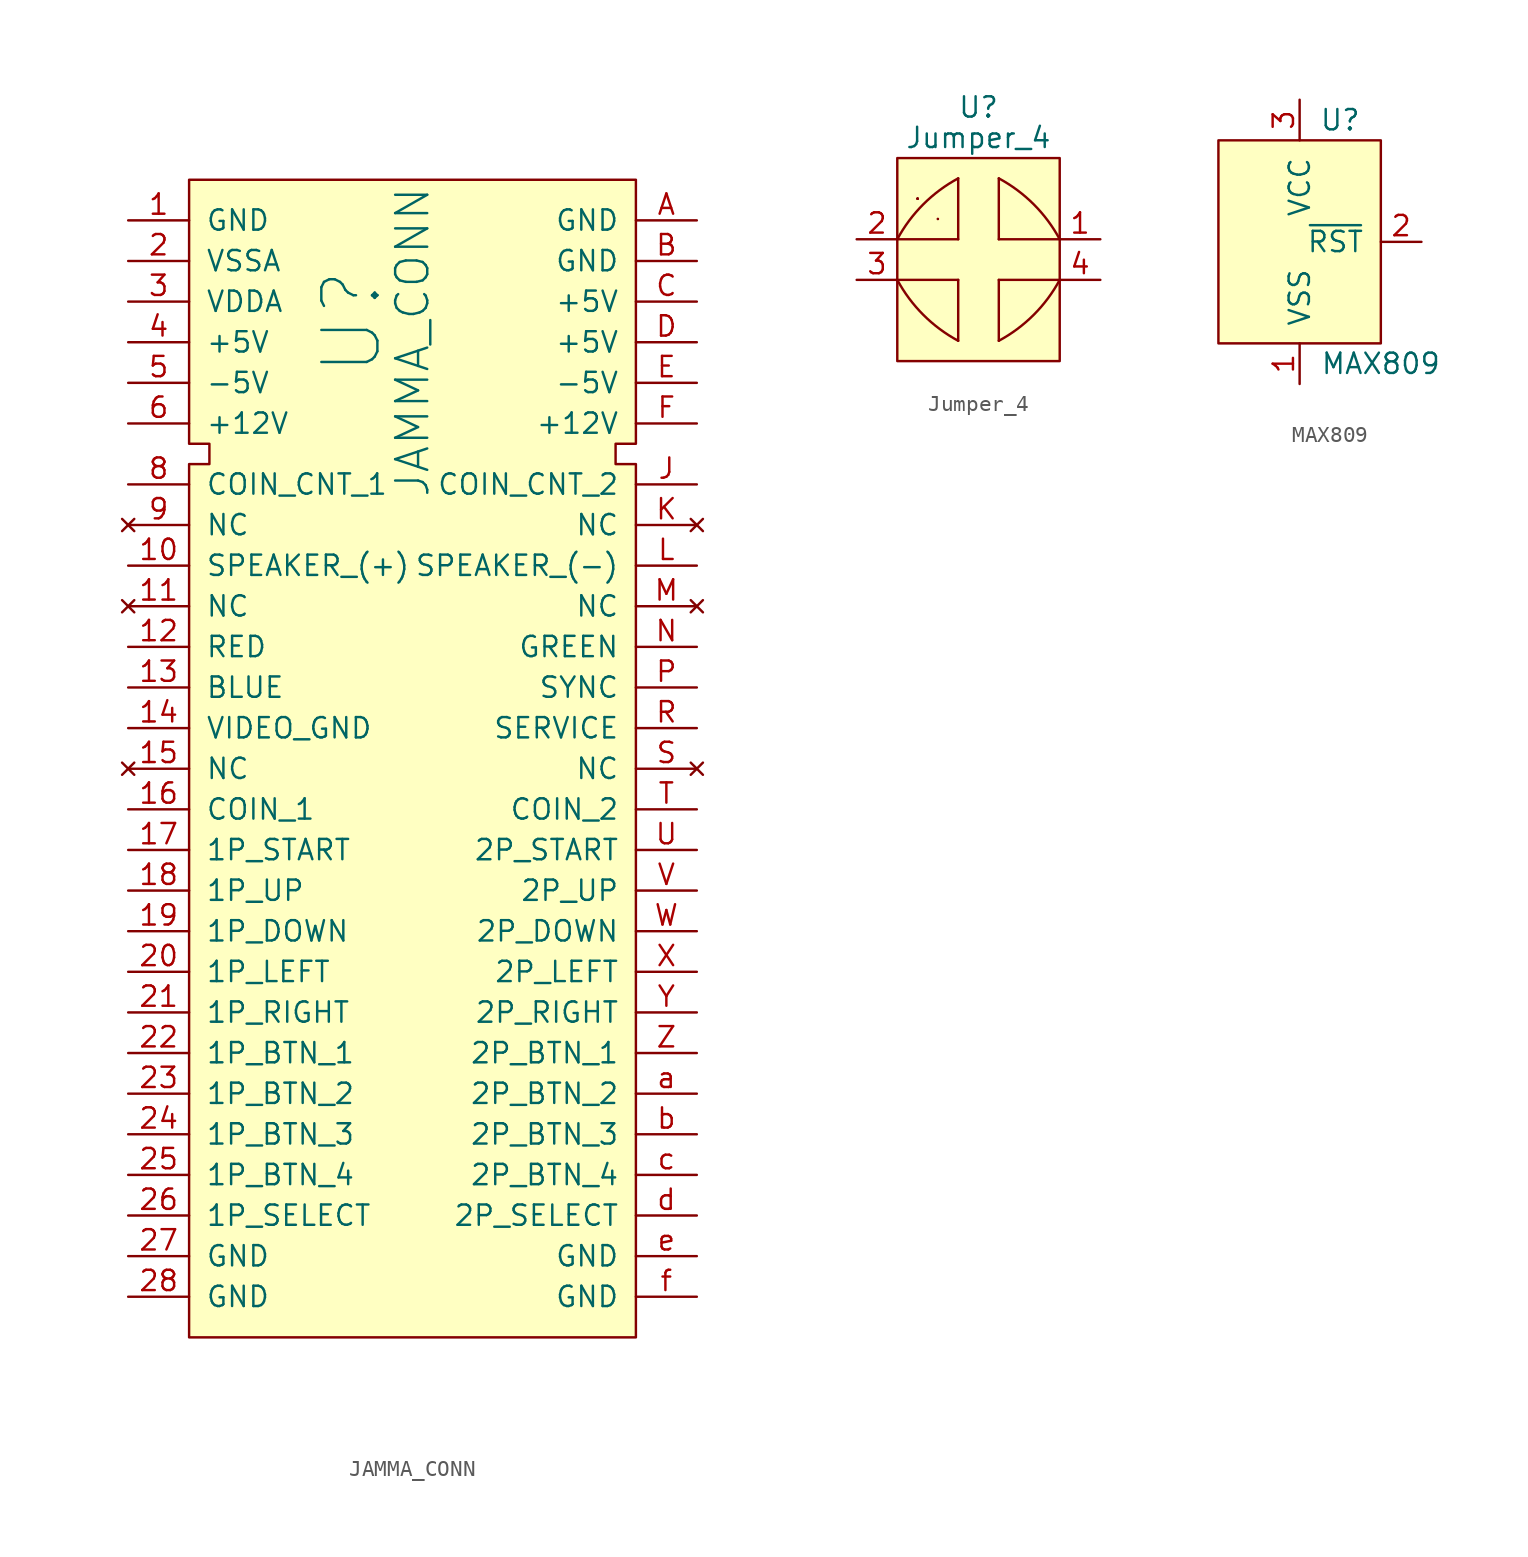
<source format=kicad_sym>
(kicad_symbol_lib
  (version 20211014)
  (generator kicad_symbol_editor)
  (symbol "JAMMA_CONN"
    (pin_names
      (offset 1.016))
    (property "Reference" "U"
      (at 10.16 -8.89 90)
      (effects (font (size 3.505 3.505))))
    (property "Value" "JAMMA_CONN"
      (at 13.97 -10.16 90)
      (effects (font (size 2.007 2.007))))
    (symbol "JAMMA_CONN_0_1"
      (polyline (pts (xy 0 0) (xy 0 -16.51) (xy 1.27 -16.51) (xy 1.27 -17.78) (xy 0 -17.78) (xy 0 -72.39) (xy 27.94 -72.39) (xy 27.94 -17.78) (xy 26.67 -17.78) (xy 26.67 -16.51) (xy 27.94 -16.51) (xy 27.94 0) (xy 0 0)) (stroke (width 0) (type default) (color 0 0 0 0)) (fill (type background))))
    (symbol "JAMMA_CONN_1_1"
      (pin passive line (at -3.81 -2.54 0) (length 3.81) (name "GND" (effects (font (size 1.27 1.27)))) (number "1" (effects (font (size 1.27 1.27)))))
      (pin input line (at -3.81 -24.13 0) (length 3.81) (name "SPEAKER_(+)" (effects (font (size 1.27 1.27)))) (number "10" (effects (font (size 1.27 1.27)))))
      (pin no_connect line (at -3.81 -26.67 0) (length 3.81) (name "NC" (effects (font (size 1.27 1.27)))) (number "11" (effects (font (size 1.27 1.27)))))
      (pin input line (at -3.81 -29.21 0) (length 3.81) (name "RED" (effects (font (size 1.27 1.27)))) (number "12" (effects (font (size 1.27 1.27)))))
      (pin input line (at -3.81 -31.75 0) (length 3.81) (name "BLUE" (effects (font (size 1.27 1.27)))) (number "13" (effects (font (size 1.27 1.27)))))
      (pin passive line (at -3.81 -34.29 0) (length 3.81) (name "VIDEO_GND" (effects (font (size 1.27 1.27)))) (number "14" (effects (font (size 1.27 1.27)))))
      (pin no_connect line (at -3.81 -36.83 0) (length 3.81) (name "NC" (effects (font (size 1.27 1.27)))) (number "15" (effects (font (size 1.27 1.27)))))
      (pin output line (at -3.81 -39.37 0) (length 3.81) (name "COIN_1" (effects (font (size 1.27 1.27)))) (number "16" (effects (font (size 1.27 1.27)))))
      (pin output line (at -3.81 -41.91 0) (length 3.81) (name "1P_START" (effects (font (size 1.27 1.27)))) (number "17" (effects (font (size 1.27 1.27)))))
      (pin output line (at -3.81 -44.45 0) (length 3.81) (name "1P_UP" (effects (font (size 1.27 1.27)))) (number "18" (effects (font (size 1.27 1.27)))))
      (pin output line (at -3.81 -46.99 0) (length 3.81) (name "1P_DOWN" (effects (font (size 1.27 1.27)))) (number "19" (effects (font (size 1.27 1.27)))))
      (pin passive line (at -3.81 -5.08 0) (length 3.81) (name "VSSA" (effects (font (size 1.27 1.27)))) (number "2" (effects (font (size 1.27 1.27)))))
      (pin output line (at -3.81 -49.53 0) (length 3.81) (name "1P_LEFT" (effects (font (size 1.27 1.27)))) (number "20" (effects (font (size 1.27 1.27)))))
      (pin output line (at -3.81 -52.07 0) (length 3.81) (name "1P_RIGHT" (effects (font (size 1.27 1.27)))) (number "21" (effects (font (size 1.27 1.27)))))
      (pin output line (at -3.81 -54.61 0) (length 3.81) (name "1P_BTN_1" (effects (font (size 1.27 1.27)))) (number "22" (effects (font (size 1.27 1.27)))))
      (pin output line (at -3.81 -57.15 0) (length 3.81) (name "1P_BTN_2" (effects (font (size 1.27 1.27)))) (number "23" (effects (font (size 1.27 1.27)))))
      (pin output line (at -3.81 -59.69 0) (length 3.81) (name "1P_BTN_3" (effects (font (size 1.27 1.27)))) (number "24" (effects (font (size 1.27 1.27)))))
      (pin output line (at -3.81 -62.23 0) (length 3.81) (name "1P_BTN_4" (effects (font (size 1.27 1.27)))) (number "25" (effects (font (size 1.27 1.27)))))
      (pin output line (at -3.81 -64.77 0) (length 3.81) (name "1P_SELECT" (effects (font (size 1.27 1.27)))) (number "26" (effects (font (size 1.27 1.27)))))
      (pin passive line (at -3.81 -67.31 0) (length 3.81) (name "GND" (effects (font (size 1.27 1.27)))) (number "27" (effects (font (size 1.27 1.27)))))
      (pin passive line (at -3.81 -69.85 0) (length 3.81) (name "GND" (effects (font (size 1.27 1.27)))) (number "28" (effects (font (size 1.27 1.27)))))
      (pin passive line (at -3.81 -7.62 0) (length 3.81) (name "VDDA" (effects (font (size 1.27 1.27)))) (number "3" (effects (font (size 1.27 1.27)))))
      (pin passive line (at -3.81 -10.16 0) (length 3.81) (name "+5V" (effects (font (size 1.27 1.27)))) (number "4" (effects (font (size 1.27 1.27)))))
      (pin passive line (at -3.81 -12.7 0) (length 3.81) (name "-5V" (effects (font (size 1.27 1.27)))) (number "5" (effects (font (size 1.27 1.27)))))
      (pin passive line (at -3.81 -15.24 0) (length 3.81) (name "+12V" (effects (font (size 1.27 1.27)))) (number "6" (effects (font (size 1.27 1.27)))))
      (pin input line (at -3.81 -19.05 0) (length 3.81) (name "COIN_CNT_1" (effects (font (size 1.27 1.27)))) (number "8" (effects (font (size 1.27 1.27)))))
      (pin no_connect line (at -3.81 -21.59 0) (length 3.81) (name "NC" (effects (font (size 1.27 1.27)))) (number "9" (effects (font (size 1.27 1.27)))))
      (pin passive line (at 31.75 -2.54 180) (length 3.81) (name "GND" (effects (font (size 1.27 1.27)))) (number "A" (effects (font (size 1.27 1.27)))))
      (pin passive line (at 31.75 -5.08 180) (length 3.81) (name "GND" (effects (font (size 1.27 1.27)))) (number "B" (effects (font (size 1.27 1.27)))))
      (pin passive line (at 31.75 -7.62 180) (length 3.81) (name "+5V" (effects (font (size 1.27 1.27)))) (number "C" (effects (font (size 1.27 1.27)))))
      (pin passive line (at 31.75 -10.16 180) (length 3.81) (name "+5V" (effects (font (size 1.27 1.27)))) (number "D" (effects (font (size 1.27 1.27)))))
      (pin passive line (at 31.75 -12.7 180) (length 3.81) (name "-5V" (effects (font (size 1.27 1.27)))) (number "E" (effects (font (size 1.27 1.27)))))
      (pin passive line (at 31.75 -15.24 180) (length 3.81) (name "+12V" (effects (font (size 1.27 1.27)))) (number "F" (effects (font (size 1.27 1.27)))))
      (pin input line (at 31.75 -19.05 180) (length 3.81) (name "COIN_CNT_2" (effects (font (size 1.27 1.27)))) (number "J" (effects (font (size 1.27 1.27)))))
      (pin no_connect line (at 31.75 -21.59 180) (length 3.81) (name "NC" (effects (font (size 1.27 1.27)))) (number "K" (effects (font (size 1.27 1.27)))))
      (pin input line (at 31.75 -24.13 180) (length 3.81) (name "SPEAKER_(-)" (effects (font (size 1.27 1.27)))) (number "L" (effects (font (size 1.27 1.27)))))
      (pin no_connect line (at 31.75 -26.67 180) (length 3.81) (name "NC" (effects (font (size 1.27 1.27)))) (number "M" (effects (font (size 1.27 1.27)))))
      (pin input line (at 31.75 -29.21 180) (length 3.81) (name "GREEN" (effects (font (size 1.27 1.27)))) (number "N" (effects (font (size 1.27 1.27)))))
      (pin input line (at 31.75 -31.75 180) (length 3.81) (name "SYNC" (effects (font (size 1.27 1.27)))) (number "P" (effects (font (size 1.27 1.27)))))
      (pin output line (at 31.75 -34.29 180) (length 3.81) (name "SERVICE" (effects (font (size 1.27 1.27)))) (number "R" (effects (font (size 1.27 1.27)))))
      (pin no_connect line (at 31.75 -36.83 180) (length 3.81) (name "NC" (effects (font (size 1.27 1.27)))) (number "S" (effects (font (size 1.27 1.27)))))
      (pin output line (at 31.75 -39.37 180) (length 3.81) (name "COIN_2" (effects (font (size 1.27 1.27)))) (number "T" (effects (font (size 1.27 1.27)))))
      (pin output line (at 31.75 -41.91 180) (length 3.81) (name "2P_START" (effects (font (size 1.27 1.27)))) (number "U" (effects (font (size 1.27 1.27)))))
      (pin output line (at 31.75 -44.45 180) (length 3.81) (name "2P_UP" (effects (font (size 1.27 1.27)))) (number "V" (effects (font (size 1.27 1.27)))))
      (pin output line (at 31.75 -46.99 180) (length 3.81) (name "2P_DOWN" (effects (font (size 1.27 1.27)))) (number "W" (effects (font (size 1.27 1.27)))))
      (pin output line (at 31.75 -49.53 180) (length 3.81) (name "2P_LEFT" (effects (font (size 1.27 1.27)))) (number "X" (effects (font (size 1.27 1.27)))))
      (pin output line (at 31.75 -52.07 180) (length 3.81) (name "2P_RIGHT" (effects (font (size 1.27 1.27)))) (number "Y" (effects (font (size 1.27 1.27)))))
      (pin output line (at 31.75 -54.61 180) (length 3.81) (name "2P_BTN_1" (effects (font (size 1.27 1.27)))) (number "Z" (effects (font (size 1.27 1.27)))))
      (pin output line (at 31.75 -57.15 180) (length 3.81) (name "2P_BTN_2" (effects (font (size 1.27 1.27)))) (number "a" (effects (font (size 1.27 1.27)))))
      (pin output line (at 31.75 -59.69 180) (length 3.81) (name "2P_BTN_3" (effects (font (size 1.27 1.27)))) (number "b" (effects (font (size 1.27 1.27)))))
      (pin output line (at 31.75 -62.23 180) (length 3.81) (name "2P_BTN_4" (effects (font (size 1.27 1.27)))) (number "c" (effects (font (size 1.27 1.27)))))
      (pin output line (at 31.75 -64.77 180) (length 3.81) (name "2P_SELECT" (effects (font (size 1.27 1.27)))) (number "d" (effects (font (size 1.27 1.27)))))
      (pin passive line (at 31.75 -67.31 180) (length 3.81) (name "GND" (effects (font (size 1.27 1.27)))) (number "e" (effects (font (size 1.27 1.27)))))
      (pin passive line (at 31.75 -69.85 180) (length 3.81) (name "GND" (effects (font (size 1.27 1.27)))) (number "f" (effects (font (size 1.27 1.27)))))))
  (symbol "Jumper_4"
    (pin_names
      (offset 1.016))
    (property "Reference" "U"
      (at 0 9.525 0)
      (effects (font (size 1.27 1.27))))
    (property "Value" "Jumper_4"
      (at 0 7.62 0)
      (effects (font (size 1.27 1.27))))
    (symbol "Jumper_4_0_1"
      (rectangle (start -5.08 6.35) (end 5.08 -6.35) (stroke (width 0) (type default) (color 0 0 0 0)) (fill (type background))))
    (symbol "Jumper_4_1_1"
      (arc (start -5.08 -1.27) (mid -3.4546 -3.4546) (end -1.27 -5.08) (stroke (width 0) (type default) (color 0 0 0 0)) (fill (type none)))
      (rectangle (start -3.81 3.81) (end -3.81 3.81) (stroke (width 0) (type default) (color 0 0 0 0)) (fill (type none)))
      (rectangle (start -3.81 3.81) (end -3.81 3.81) (stroke (width 0) (type default) (color 0 0 0 0)) (fill (type none)))
      (rectangle (start -3.81 3.81) (end -3.81 3.81) (stroke (width 0) (type default) (color 0 0 0 0)) (fill (type none)))
      (rectangle (start -3.81 3.81) (end -3.81 3.81) (stroke (width 0) (type default) (color 0 0 0 0)) (fill (type none)))
      (rectangle (start -3.81 3.81) (end -3.81 3.81) (stroke (width 0) (type default) (color 0 0 0 0)) (fill (type none)))
      (rectangle (start -2.54 2.54) (end -2.54 2.54) (stroke (width 0) (type default) (color 0 0 0 0)) (fill (type none)))
      (rectangle (start -2.54 2.54) (end -2.54 2.54) (stroke (width 0) (type default) (color 0 0 0 0)) (fill (type none)))
      (arc (start -1.27 5.08) (mid -3.4546 3.4546) (end -5.08 1.27) (stroke (width 0) (type default) (color 0 0 0 0)) (fill (type none)))
      (polyline (pts (xy -1.27 -1.27) (xy -5.08 -1.27)) (stroke (width 0) (type default) (color 0 0 0 0)) (fill (type none)))
      (polyline (pts (xy -1.27 -1.27) (xy -1.27 -5.08)) (stroke (width 0) (type default) (color 0 0 0 0)) (fill (type none)))
      (polyline (pts (xy -1.27 1.27) (xy -5.08 1.27)) (stroke (width 0) (type default) (color 0 0 0 0)) (fill (type none)))
      (polyline (pts (xy -1.27 1.27) (xy -1.27 5.08)) (stroke (width 0) (type default) (color 0 0 0 0)) (fill (type outline)))
      (polyline (pts (xy 1.27 -1.27) (xy 1.27 -5.08)) (stroke (width 0) (type default) (color 0 0 0 0)) (fill (type none)))
      (polyline (pts (xy 1.27 -1.27) (xy 5.08 -1.27)) (stroke (width 0) (type default) (color 0 0 0 0)) (fill (type outline)))
      (polyline (pts (xy 1.27 1.27) (xy 1.27 5.08)) (stroke (width 0) (type default) (color 0 0 0 0)) (fill (type outline)))
      (polyline (pts (xy 1.27 1.27) (xy 5.08 1.27)) (stroke (width 0) (type default) (color 0 0 0 0)) (fill (type none)))
      (arc (start 1.27 -5.08) (mid 3.4546 -3.4546) (end 5.08 -1.27) (stroke (width 0) (type default) (color 0 0 0 0)) (fill (type none)))
      (arc (start 5.08 1.27) (mid 3.4546 3.4546) (end 1.27 5.08) (stroke (width 0) (type default) (color 0 0 0 0)) (fill (type none)))
      (pin passive line (at 7.62 1.27 180) (length 2.54) (name "~" (effects (font (size 1.27 1.27)))) (number "1" (effects (font (size 1.27 1.27)))))
      (pin passive line (at -7.62 1.27 0) (length 2.54) (name "~" (effects (font (size 1.27 1.27)))) (number "2" (effects (font (size 1.27 1.27)))))
      (pin passive line (at -7.62 -1.27 0) (length 2.54) (name "~" (effects (font (size 1.27 1.27)))) (number "3" (effects (font (size 1.27 1.27)))))
      (pin passive line (at 7.62 -1.27 180) (length 2.54) (name "~" (effects (font (size 1.27 1.27)))) (number "4" (effects (font (size 1.27 1.27)))))))
  (symbol "MAX809"
    (pin_names
      (offset 1.016))
    (property "Reference" "U"
      (at 2.54 7.62 0)
      (effects (font (size 1.27 1.27))))
    (property "Value" "MAX809"
      (at 5.08 -7.62 0)
      (effects (font (size 1.27 1.27))))
    (symbol "MAX809_0_1"
      (rectangle (start -5.08 6.35) (end 5.08 -6.35) (stroke (width 0) (type default) (color 0 0 0 0)) (fill (type background))))
    (symbol "MAX809_1_1"
      (pin power_in line (at 0 -8.89 90) (length 2.54) (name "VSS" (effects (font (size 1.27 1.27)))) (number "1" (effects (font (size 1.27 1.27)))))
      (pin output line (at 7.62 0 180) (length 2.54) (name "~{RST}" (effects (font (size 1.27 1.27)))) (number "2" (effects (font (size 1.27 1.27)))))
      (pin power_in line (at 0 8.89 270) (length 2.54) (name "VCC" (effects (font (size 1.27 1.27)))) (number "3" (effects (font (size 1.27 1.27))))))))
</source>
